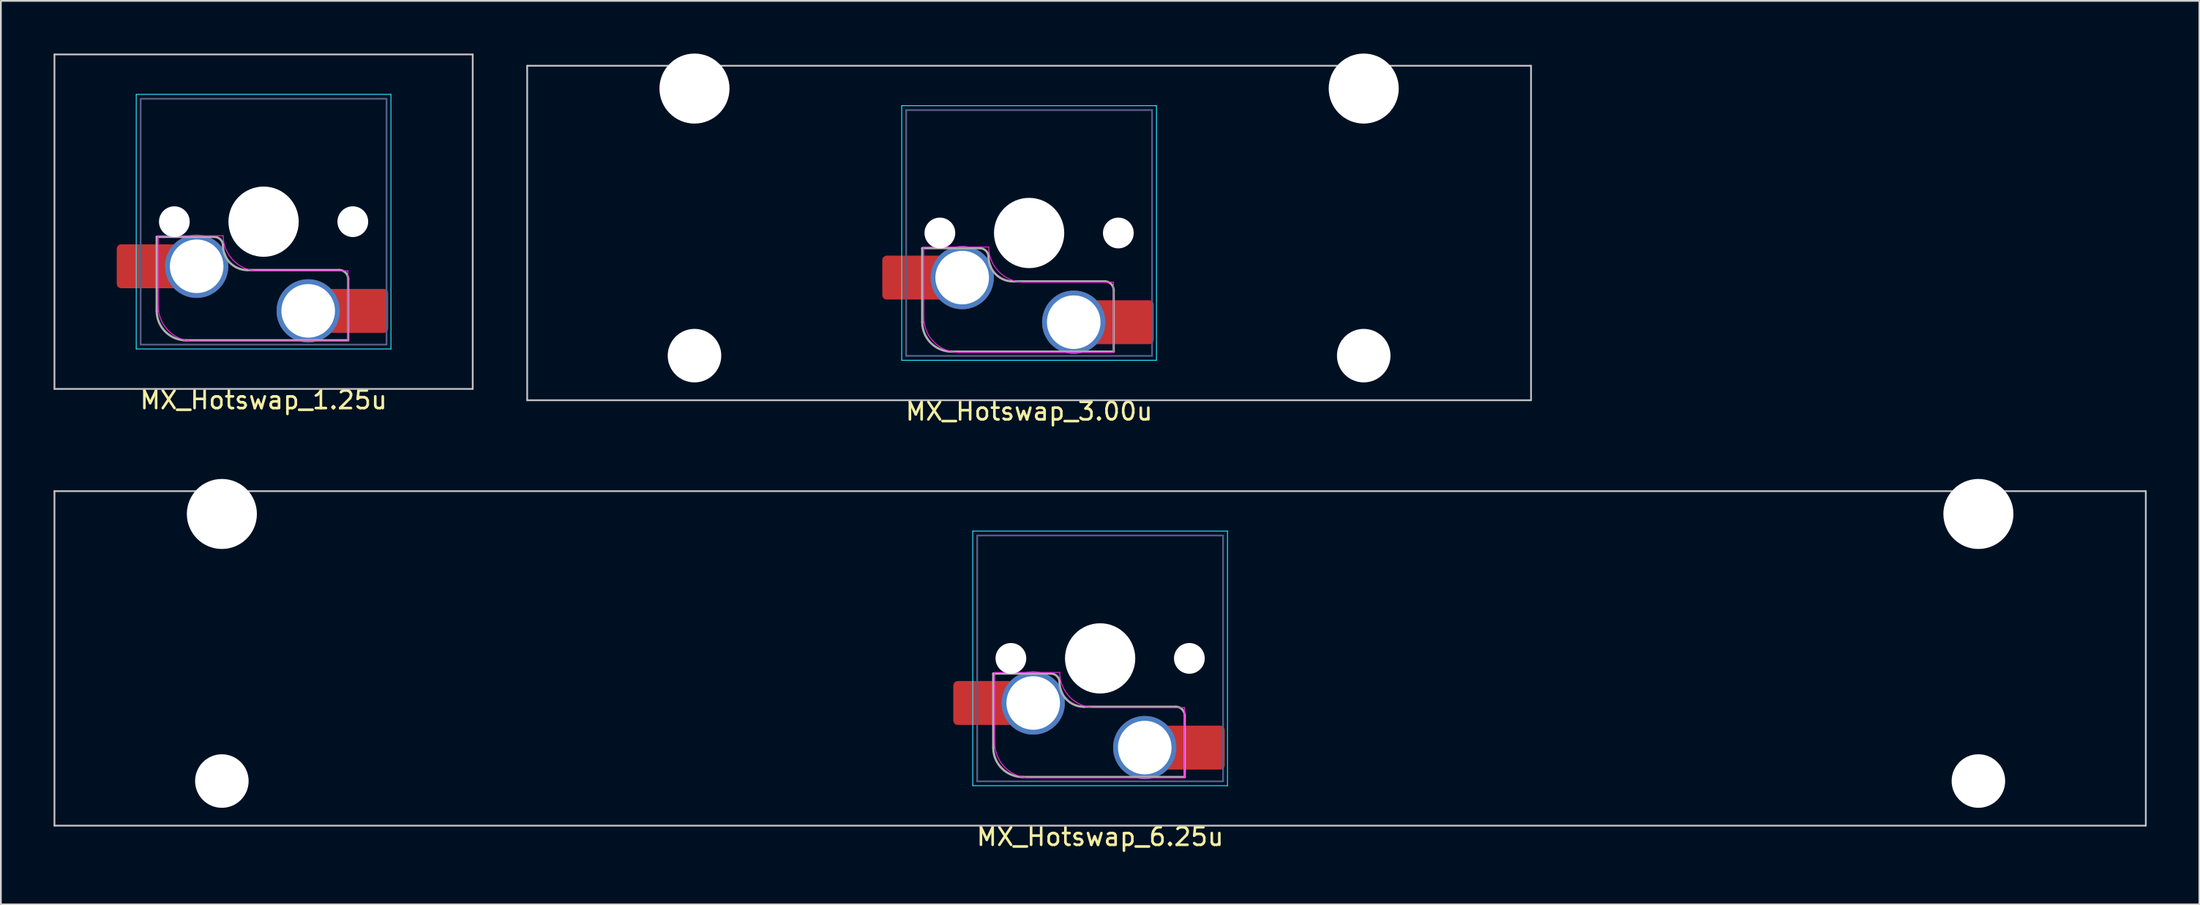
<source format=kicad_pcb>
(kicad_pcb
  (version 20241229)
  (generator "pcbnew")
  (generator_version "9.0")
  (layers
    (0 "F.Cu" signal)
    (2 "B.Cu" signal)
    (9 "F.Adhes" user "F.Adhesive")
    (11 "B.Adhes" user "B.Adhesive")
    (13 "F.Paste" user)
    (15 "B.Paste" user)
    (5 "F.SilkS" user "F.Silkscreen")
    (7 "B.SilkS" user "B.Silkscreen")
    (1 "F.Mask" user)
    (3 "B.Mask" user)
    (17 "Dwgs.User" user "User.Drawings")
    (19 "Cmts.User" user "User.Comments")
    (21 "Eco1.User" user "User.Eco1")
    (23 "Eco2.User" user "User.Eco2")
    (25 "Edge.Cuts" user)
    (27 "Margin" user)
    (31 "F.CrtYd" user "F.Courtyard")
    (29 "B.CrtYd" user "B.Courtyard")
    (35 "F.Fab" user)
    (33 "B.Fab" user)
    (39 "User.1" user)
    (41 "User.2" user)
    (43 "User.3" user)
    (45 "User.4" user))
  (footprint "MX_Hotswap_3.00u"
    (layer "F.Cu")
    (at 54.903 14.029)
    (property "Reference" "MX_Hotswap_3.00u" (at 0.635 6.35 0) (layer "F.SilkS") (effects (font (size 1 1) (thickness 0.15))))
    (attr smd allow_soldermask_bridges)
    (fp_line (start -27.94 -13.335) (end -27.94 5.715) (stroke (width 0.1) (type solid)) (layer "Dwgs.User"))
    (fp_line (start -27.94 5.715) (end 29.21 5.715) (stroke (width 0.1) (type solid)) (layer "Dwgs.User"))
    (fp_line (start 29.21 -13.335) (end -27.94 -13.335) (stroke (width 0.1) (type solid)) (layer "Dwgs.User"))
    (fp_line (start 29.21 5.715) (end 29.21 -13.335) (stroke (width 0.1) (type solid)) (layer "Dwgs.User"))
    (fp_line (start -21.79 -10.58) (end -21.79 1.72) (stroke (width 0.1) (type solid)) (layer "Eco1.User"))
    (fp_line (start -21.79 1.72) (end -15.04 1.72) (stroke (width 0.1) (type solid)) (layer "Eco1.User"))
    (fp_line (start -15.04 -10.58) (end -21.79 -10.58) (stroke (width 0.1) (type solid)) (layer "Eco1.User"))
    (fp_line (start -15.04 1.72) (end -15.04 -10.58) (stroke (width 0.1) (type solid)) (layer "Eco1.User"))
    (fp_line (start 16.31 -10.58) (end 16.31 1.72) (stroke (width 0.1) (type solid)) (layer "Eco1.User"))
    (fp_line (start 16.31 1.72) (end 23.06 1.72) (stroke (width 0.1) (type solid)) (layer "Eco1.User"))
    (fp_line (start 23.06 -10.58) (end 16.31 -10.58) (stroke (width 0.1) (type solid)) (layer "Eco1.User"))
    (fp_line (start 23.06 1.72) (end 23.06 -10.58) (stroke (width 0.1) (type solid)) (layer "Eco1.User"))
    (fp_line (start -6.615 -11.06) (end -6.615 3.44) (stroke (width 0.05) (type solid)) (layer "B.CrtYd"))
    (fp_line (start -6.615 3.44) (end 7.885 3.44) (stroke (width 0.05) (type solid)) (layer "B.CrtYd"))
    (fp_line (start 7.885 -11.06) (end -6.615 -11.06) (stroke (width 0.05) (type solid)) (layer "B.CrtYd"))
    (fp_line (start 7.885 3.44) (end 7.885 -11.06) (stroke (width 0.05) (type solid)) (layer "B.CrtYd"))
    (fp_line (start -5.365 0.99) (end -5.365 -3.01) (stroke (width 0.05) (type solid)) (layer "F.CrtYd"))
    (fp_line (start -1.665 -3.01) (end -5.365 -3.01) (stroke (width 0.05) (type solid)) (layer "F.CrtYd"))
    (fp_line (start 5.435 -1.01) (end 0.335 -1.01) (stroke (width 0.05) (type solid)) (layer "F.CrtYd"))
    (fp_line (start 5.435 -1.01) (end 5.435 2.99) (stroke (width 0.05) (type solid)) (layer "F.CrtYd"))
    (fp_line (start 5.435 2.99) (end -3.365 2.99) (stroke (width 0.05) (type solid)) (layer "F.CrtYd"))
    (fp_arc (start -3.365 2.99) (mid -4.779214 2.404214) (end -5.365 0.99) (stroke (width 0.05) (type solid)) (layer "F.CrtYd"))
    (fp_arc (start 0.335 -1.01) (mid -1.079214 -1.595786) (end -1.665 -3.01) (stroke (width 0.05) (type solid)) (layer "F.CrtYd"))
    (fp_line (start -6.365 -10.81) (end -6.365 3.19) (stroke (width 0.1) (type solid)) (layer "B.Fab"))
    (fp_line (start -6.365 3.19) (end 7.635 3.19) (stroke (width 0.1) (type solid)) (layer "B.Fab"))
    (fp_line (start 7.635 -10.81) (end -6.365 -10.81) (stroke (width 0.1) (type solid)) (layer "B.Fab"))
    (fp_line (start 7.635 3.19) (end 7.635 -10.81) (stroke (width 0.1) (type solid)) (layer "B.Fab"))
    (fp_line (start -5.45 -2.945) (end -2.175 -2.945) (stroke (width 0.127) (type solid)) (layer "F.Fab"))
    (fp_line (start -5.45 1.27) (end -5.45 -2.945) (stroke (width 0.127) (type solid)) (layer "F.Fab"))
    (fp_line (start -0.285 -1.055) (end 4.95 -1.055) (stroke (width 0.127) (type solid)) (layer "F.Fab"))
    (fp_line (start 5.45 -0.555) (end 5.45 2.945) (stroke (width 0.127) (type solid)) (layer "F.Fab"))
    (fp_line (start 5.45 2.945) (end -3.775 2.945) (stroke (width 0.127) (type solid)) (layer "F.Fab"))
    (fp_arc (start -3.775 2.945) (mid -4.959404 2.454404) (end -5.45 1.27) (stroke (width 0.127) (type solid)) (layer "F.Fab"))
    (fp_arc (start -2.175 -2.945) (mid -1.821447 -2.798553) (end -1.675 -2.445) (stroke (width 0.127) (type solid)) (layer "F.Fab"))
    (fp_arc (start -0.285 -1.055) (mid -1.267878 -1.462122) (end -1.675 -2.445) (stroke (width 0.127) (type solid)) (layer "F.Fab"))
    (fp_arc (start 4.95 -1.055) (mid 5.303553 -0.908553) (end 5.45 -0.555) (stroke (width 0.127) (type solid)) (layer "F.Fab"))
    (pad "" np_thru_hole circle (at -18.415 -12.035 180) (size 3.988 3.988) (drill 3.988) (layers "*.Cu" "*.Mask"))
    (pad "" np_thru_hole circle (at -18.415 3.175 180) (size 3.048 3.048) (drill 3.048) (layers "*.Cu" "*.Mask"))
    (pad "" smd roundrect (at -6.45 -1.27 180) (size 2.55 2.5) (layers "F.Mask" "F.Paste") (roundrect_rratio 0.1))
    (pad "" np_thru_hole circle (at -4.445 -3.81 180) (size 1.75 1.75) (drill 1.75) (layers "*.Cu" "*.Mask"))
    (pad "" np_thru_hole circle (at 0.635 -3.81 180) (size 4 4) (drill 4) (layers "*.Cu" "*.Mask"))
    (pad "" np_thru_hole circle (at 5.715 -3.81 180) (size 1.75 1.75) (drill 1.75) (layers "*.Cu" "*.Mask"))
    (pad "" smd roundrect (at 6.477 1.27 180) (size 2.55 2.5) (layers "F.Mask" "F.Paste") (roundrect_rratio 0.1))
    (pad "" np_thru_hole circle (at 19.685 -12.035 180) (size 3.988 3.988) (drill 3.988) (layers "*.Cu" "*.Mask"))
    (pad "" np_thru_hole circle (at 19.685 3.175 180) (size 3.048 3.048) (drill 3.048) (layers "*.Cu" "*.Mask"))
    (pad "1" smd roundrect (at -5.95 -1.27 180) (size 3.55 2.5) (layers "F.Cu") (roundrect_rratio 0.1))
    (pad "1" thru_hole circle (at -3.175 -1.27 180) (size 3.6 3.6) (drill 3.05) (layers "*.Cu" "*.Mask"))
    (pad "2" thru_hole circle (at 3.175 1.27 180) (size 3.6 3.6) (drill 3.05) (layers "*.Cu" "*.Mask"))
    (pad "2" smd roundrect (at 5.955 1.27 180) (size 3.55 2.5) (layers "F.Cu") (roundrect_rratio 0.1)))
  (footprint "MX_Hotswap_1.25u"
    (layer "F.Cu")
    (at 11.321 13.385)
    (property "Reference" "MX_Hotswap_1.25u" (at 0.635 6.35 0) (layer "F.SilkS") (effects (font (size 1 1) (thickness 0.15))))
    (attr smd allow_soldermask_bridges)
    (fp_line (start -11.271 -13.335) (end -11.271 5.715) (stroke (width 0.1) (type solid)) (layer "Dwgs.User"))
    (fp_line (start -11.271 5.715) (end 12.541 5.715) (stroke (width 0.1) (type solid)) (layer "Dwgs.User"))
    (fp_line (start 12.541 -13.335) (end -11.271 -13.335) (stroke (width 0.1) (type solid)) (layer "Dwgs.User"))
    (fp_line (start 12.541 5.715) (end 12.541 -13.335) (stroke (width 0.1) (type solid)) (layer "Dwgs.User"))
    (fp_line (start -6.615 -11.06) (end -6.615 3.44) (stroke (width 0.05) (type solid)) (layer "B.CrtYd"))
    (fp_line (start -6.615 3.44) (end 7.885 3.44) (stroke (width 0.05) (type solid)) (layer "B.CrtYd"))
    (fp_line (start 7.885 -11.06) (end -6.615 -11.06) (stroke (width 0.05) (type solid)) (layer "B.CrtYd"))
    (fp_line (start 7.885 3.44) (end 7.885 -11.06) (stroke (width 0.05) (type solid)) (layer "B.CrtYd"))
    (fp_line (start -5.365 0.99) (end -5.365 -3.01) (stroke (width 0.05) (type solid)) (layer "F.CrtYd"))
    (fp_line (start -1.665 -3.01) (end -5.365 -3.01) (stroke (width 0.05) (type solid)) (layer "F.CrtYd"))
    (fp_line (start 5.435 -1.01) (end 0.335 -1.01) (stroke (width 0.05) (type solid)) (layer "F.CrtYd"))
    (fp_line (start 5.435 -1.01) (end 5.435 2.99) (stroke (width 0.05) (type solid)) (layer "F.CrtYd"))
    (fp_line (start 5.435 2.99) (end -3.365 2.99) (stroke (width 0.05) (type solid)) (layer "F.CrtYd"))
    (fp_arc (start -3.365 2.99) (mid -4.779214 2.404214) (end -5.365 0.99) (stroke (width 0.05) (type solid)) (layer "F.CrtYd"))
    (fp_arc (start 0.335 -1.01) (mid -1.079214 -1.595786) (end -1.665 -3.01) (stroke (width 0.05) (type solid)) (layer "F.CrtYd"))
    (fp_line (start -6.365 -10.81) (end -6.365 3.19) (stroke (width 0.1) (type solid)) (layer "B.Fab"))
    (fp_line (start -6.365 3.19) (end 7.635 3.19) (stroke (width 0.1) (type solid)) (layer "B.Fab"))
    (fp_line (start 7.635 -10.81) (end -6.365 -10.81) (stroke (width 0.1) (type solid)) (layer "B.Fab"))
    (fp_line (start 7.635 3.19) (end 7.635 -10.81) (stroke (width 0.1) (type solid)) (layer "B.Fab"))
    (fp_line (start -5.45 -2.945) (end -2.175 -2.945) (stroke (width 0.127) (type solid)) (layer "F.Fab"))
    (fp_line (start -5.45 1.27) (end -5.45 -2.945) (stroke (width 0.127) (type solid)) (layer "F.Fab"))
    (fp_line (start -0.285 -1.055) (end 4.95 -1.055) (stroke (width 0.127) (type solid)) (layer "F.Fab"))
    (fp_line (start 5.45 -0.555) (end 5.45 2.945) (stroke (width 0.127) (type solid)) (layer "F.Fab"))
    (fp_line (start 5.45 2.945) (end -3.775 2.945) (stroke (width 0.127) (type solid)) (layer "F.Fab"))
    (fp_arc (start -3.775 2.945) (mid -4.959404 2.454404) (end -5.45 1.27) (stroke (width 0.127) (type solid)) (layer "F.Fab"))
    (fp_arc (start -2.175 -2.945) (mid -1.821447 -2.798553) (end -1.675 -2.445) (stroke (width 0.127) (type solid)) (layer "F.Fab"))
    (fp_arc (start -0.285 -1.055) (mid -1.267878 -1.462122) (end -1.675 -2.445) (stroke (width 0.127) (type solid)) (layer "F.Fab"))
    (fp_arc (start 4.95 -1.055) (mid 5.303553 -0.908553) (end 5.45 -0.555) (stroke (width 0.127) (type solid)) (layer "F.Fab"))
    (pad "" smd roundrect (at -6.45 -1.27 180) (size 2.55 2.5) (layers "F.Mask" "F.Paste") (roundrect_rratio 0.1))
    (pad "" np_thru_hole circle (at -4.445 -3.81 180) (size 1.75 1.75) (drill 1.75) (layers "*.Cu" "*.Mask"))
    (pad "" np_thru_hole circle (at 0.635 -3.81 180) (size 4 4) (drill 4) (layers "*.Cu" "*.Mask"))
    (pad "" np_thru_hole circle (at 5.715 -3.81 180) (size 1.75 1.75) (drill 1.75) (layers "*.Cu" "*.Mask"))
    (pad "" smd roundrect (at 6.477 1.27 180) (size 2.55 2.5) (layers "F.Mask" "F.Paste") (roundrect_rratio 0.1))
    (pad "1" smd roundrect (at -5.95 -1.27 180) (size 3.55 2.5) (layers "F.Cu") (roundrect_rratio 0.1))
    (pad "1" thru_hole circle (at -3.175 -1.27 180) (size 3.6 3.6) (drill 3.05) (layers "*.Cu" "*.Mask"))
    (pad "2" thru_hole circle (at 3.175 1.27 180) (size 3.6 3.6) (drill 3.05) (layers "*.Cu" "*.Mask"))
    (pad "2" smd roundrect (at 5.955 1.27 180) (size 3.55 2.5) (layers "F.Cu") (roundrect_rratio 0.1)))
  (footprint "MX_Hotswap_6.25u"
    (layer "F.Cu")
    (at 58.946 38.256)
    (property "Reference" "MX_Hotswap_6.25u" (at 0.635 6.35 0) (layer "F.SilkS") (effects (font (size 1 1) (thickness 0.15))))
    (attr smd allow_soldermask_bridges)
    (fp_line (start -58.896 -13.335) (end -58.896 5.715) (stroke (width 0.1) (type solid)) (layer "Dwgs.User"))
    (fp_line (start -58.896 5.715) (end 60.166 5.715) (stroke (width 0.1) (type solid)) (layer "Dwgs.User"))
    (fp_line (start 60.166 -13.335) (end -58.896 -13.335) (stroke (width 0.1) (type solid)) (layer "Dwgs.User"))
    (fp_line (start 60.166 5.715) (end 60.166 -13.335) (stroke (width 0.1) (type solid)) (layer "Dwgs.User"))
    (fp_line (start -52.74 -10.58) (end -52.74 1.72) (stroke (width 0.1) (type solid)) (layer "Eco1.User"))
    (fp_line (start -52.74 1.72) (end -45.99 1.72) (stroke (width 0.1) (type solid)) (layer "Eco1.User"))
    (fp_line (start -45.99 -10.58) (end -52.74 -10.58) (stroke (width 0.1) (type solid)) (layer "Eco1.User"))
    (fp_line (start -45.99 1.72) (end -45.99 -10.58) (stroke (width 0.1) (type solid)) (layer "Eco1.User"))
    (fp_line (start 47.26 -10.58) (end 47.26 1.72) (stroke (width 0.1) (type solid)) (layer "Eco1.User"))
    (fp_line (start 47.26 1.72) (end 54.01 1.72) (stroke (width 0.1) (type solid)) (layer "Eco1.User"))
    (fp_line (start 54.01 -10.58) (end 47.26 -10.58) (stroke (width 0.1) (type solid)) (layer "Eco1.User"))
    (fp_line (start 54.01 1.72) (end 54.01 -10.58) (stroke (width 0.1) (type solid)) (layer "Eco1.User"))
    (fp_line (start -6.615 -11.06) (end -6.615 3.44) (stroke (width 0.05) (type solid)) (layer "B.CrtYd"))
    (fp_line (start -6.615 3.44) (end 7.885 3.44) (stroke (width 0.05) (type solid)) (layer "B.CrtYd"))
    (fp_line (start 7.885 -11.06) (end -6.615 -11.06) (stroke (width 0.05) (type solid)) (layer "B.CrtYd"))
    (fp_line (start 7.885 3.44) (end 7.885 -11.06) (stroke (width 0.05) (type solid)) (layer "B.CrtYd"))
    (fp_line (start -5.365 0.99) (end -5.365 -3.01) (stroke (width 0.05) (type solid)) (layer "F.CrtYd"))
    (fp_line (start -1.665 -3.01) (end -5.365 -3.01) (stroke (width 0.05) (type solid)) (layer "F.CrtYd"))
    (fp_line (start 5.435 -1.01) (end 0.335 -1.01) (stroke (width 0.05) (type solid)) (layer "F.CrtYd"))
    (fp_line (start 5.435 -1.01) (end 5.435 2.99) (stroke (width 0.05) (type solid)) (layer "F.CrtYd"))
    (fp_line (start 5.435 2.99) (end -3.365 2.99) (stroke (width 0.05) (type solid)) (layer "F.CrtYd"))
    (fp_arc (start -3.365 2.99) (mid -4.779214 2.404214) (end -5.365 0.99) (stroke (width 0.05) (type solid)) (layer "F.CrtYd"))
    (fp_arc (start 0.335 -1.01) (mid -1.079214 -1.595786) (end -1.665 -3.01) (stroke (width 0.05) (type solid)) (layer "F.CrtYd"))
    (fp_line (start -6.365 -10.81) (end -6.365 3.19) (stroke (width 0.1) (type solid)) (layer "B.Fab"))
    (fp_line (start -6.365 3.19) (end 7.635 3.19) (stroke (width 0.1) (type solid)) (layer "B.Fab"))
    (fp_line (start 7.635 -10.81) (end -6.365 -10.81) (stroke (width 0.1) (type solid)) (layer "B.Fab"))
    (fp_line (start 7.635 3.19) (end 7.635 -10.81) (stroke (width 0.1) (type solid)) (layer "B.Fab"))
    (fp_line (start -5.45 -2.945) (end -2.175 -2.945) (stroke (width 0.127) (type solid)) (layer "F.Fab"))
    (fp_line (start -5.45 1.27) (end -5.45 -2.945) (stroke (width 0.127) (type solid)) (layer "F.Fab"))
    (fp_line (start -0.285 -1.055) (end 4.95 -1.055) (stroke (width 0.127) (type solid)) (layer "F.Fab"))
    (fp_line (start 5.45 -0.555) (end 5.45 2.945) (stroke (width 0.127) (type solid)) (layer "F.Fab"))
    (fp_line (start 5.45 2.945) (end -3.775 2.945) (stroke (width 0.127) (type solid)) (layer "F.Fab"))
    (fp_arc (start -3.775 2.945) (mid -4.959404 2.454404) (end -5.45 1.27) (stroke (width 0.127) (type solid)) (layer "F.Fab"))
    (fp_arc (start -2.175 -2.945) (mid -1.821447 -2.798553) (end -1.675 -2.445) (stroke (width 0.127) (type solid)) (layer "F.Fab"))
    (fp_arc (start -0.285 -1.055) (mid -1.267878 -1.462122) (end -1.675 -2.445) (stroke (width 0.127) (type solid)) (layer "F.Fab"))
    (fp_arc (start 4.95 -1.055) (mid 5.303553 -0.908553) (end 5.45 -0.555) (stroke (width 0.127) (type solid)) (layer "F.Fab"))
    (pad "" np_thru_hole circle (at -49.365 -12.035 180) (size 3.988 3.988) (drill 3.988) (layers "*.Cu" "*.Mask"))
    (pad "" np_thru_hole circle (at -49.365 3.175 180) (size 3.048 3.048) (drill 3.048) (layers "*.Cu" "*.Mask"))
    (pad "" smd roundrect (at -6.45 -1.27 180) (size 2.55 2.5) (layers "F.Mask" "F.Paste") (roundrect_rratio 0.1))
    (pad "" np_thru_hole circle (at -4.445 -3.81 180) (size 1.75 1.75) (drill 1.75) (layers "*.Cu" "*.Mask"))
    (pad "" np_thru_hole circle (at 0.635 -3.81 180) (size 4 4) (drill 4) (layers "*.Cu" "*.Mask"))
    (pad "" np_thru_hole circle (at 5.715 -3.81 180) (size 1.75 1.75) (drill 1.75) (layers "*.Cu" "*.Mask"))
    (pad "" smd roundrect (at 6.477 1.27 180) (size 2.55 2.5) (layers "F.Mask" "F.Paste") (roundrect_rratio 0.1))
    (pad "" np_thru_hole circle (at 50.635 -12.035 180) (size 3.988 3.988) (drill 3.988) (layers "*.Cu" "*.Mask"))
    (pad "" np_thru_hole circle (at 50.635 3.175 180) (size 3.048 3.048) (drill 3.048) (layers "*.Cu" "*.Mask"))
    (pad "1" smd roundrect (at -5.95 -1.27 180) (size 3.55 2.5) (layers "F.Cu") (roundrect_rratio 0.1))
    (pad "1" thru_hole circle (at -3.175 -1.27 180) (size 3.6 3.6) (drill 3.05) (layers "*.Cu" "*.Mask"))
    (pad "2" thru_hole circle (at 3.175 1.27 180) (size 3.6 3.6) (drill 3.05) (layers "*.Cu" "*.Mask"))
    (pad "2" smd roundrect (at 5.955 1.27 180) (size 3.55 2.5) (layers "F.Cu") (roundrect_rratio 0.1)))
  (gr_rect
    (start -3 -3)
    (end 122.162 48.454)
    (stroke (width 0.1) (type default))
    (fill no)
    (layer "Edge.Cuts")))
</source>
